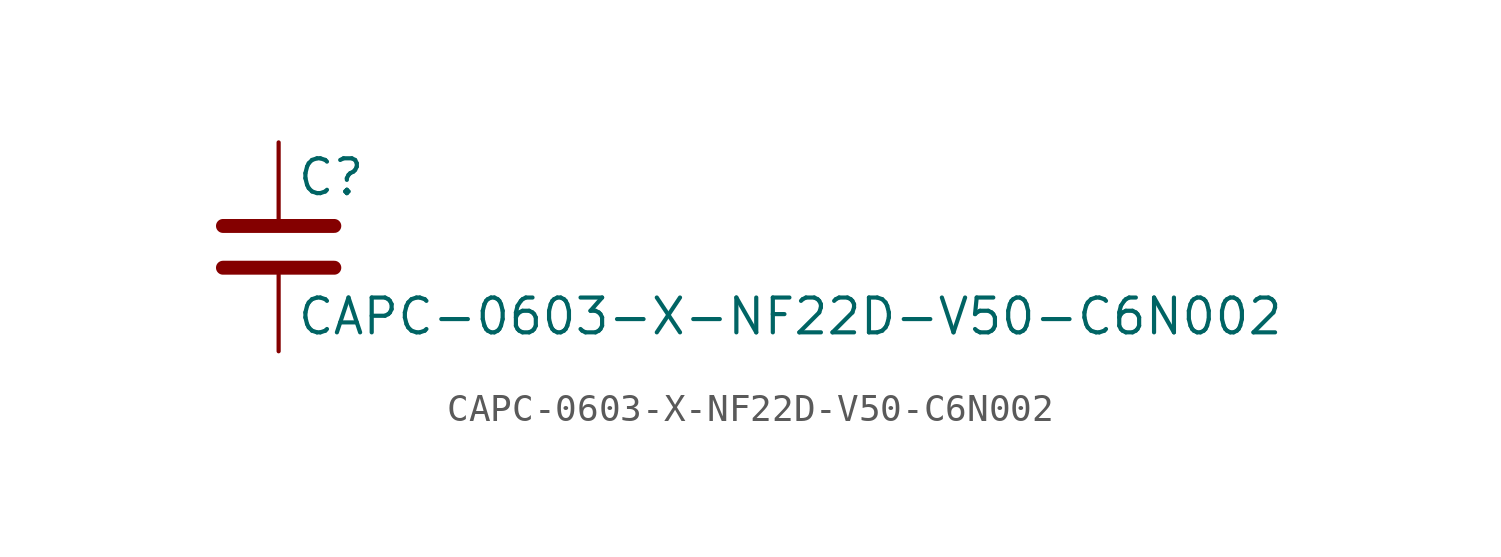
<source format=kicad_sym>
(kicad_symbol_lib
  (version 20211014)
  (generator kicad_symbol_editor)
  (symbol "CAPC-0603-X-NF22D-V50-C6N002"
    (pin_numbers hide)
    (pin_names
      (offset 0.254))
    (property "Reference" "C"
      (at 0.635 2.54 0)
      (effects (font (size 1.27 1.27)) (justify left)))
    (property "Value" "CAPC-0603-X-NF22D-V50-C6N002"
      (at 0.635 -2.54 0)
      (effects (font (size 1.27 1.27)) (justify left)))
    (symbol "CAPC-0603-X-NF22D-V50-C6N002_0_1"
      (polyline (pts (xy -2.032 -0.762) (xy 2.032 -0.762)) (stroke (width 0.508) (type default) (color 0 0 0 0)) (fill (type none)))
      (polyline (pts (xy -2.032 0.762) (xy 2.032 0.762)) (stroke (width 0.508) (type default) (color 0 0 0 0)) (fill (type none))))
    (symbol "CAPC-0603-X-NF22D-V50-C6N002_1_1"
      (pin passive line (at 0 3.81 270) (length 2.794) (name "~" (effects (font (size 1.27 1.27)))) (number "1" (effects (font (size 1.27 1.27)))))
      (pin passive line (at 0 -3.81 90) (length 2.794) (name "~" (effects (font (size 1.27 1.27)))) (number "2" (effects (font (size 1.27 1.27))))))))
</source>
